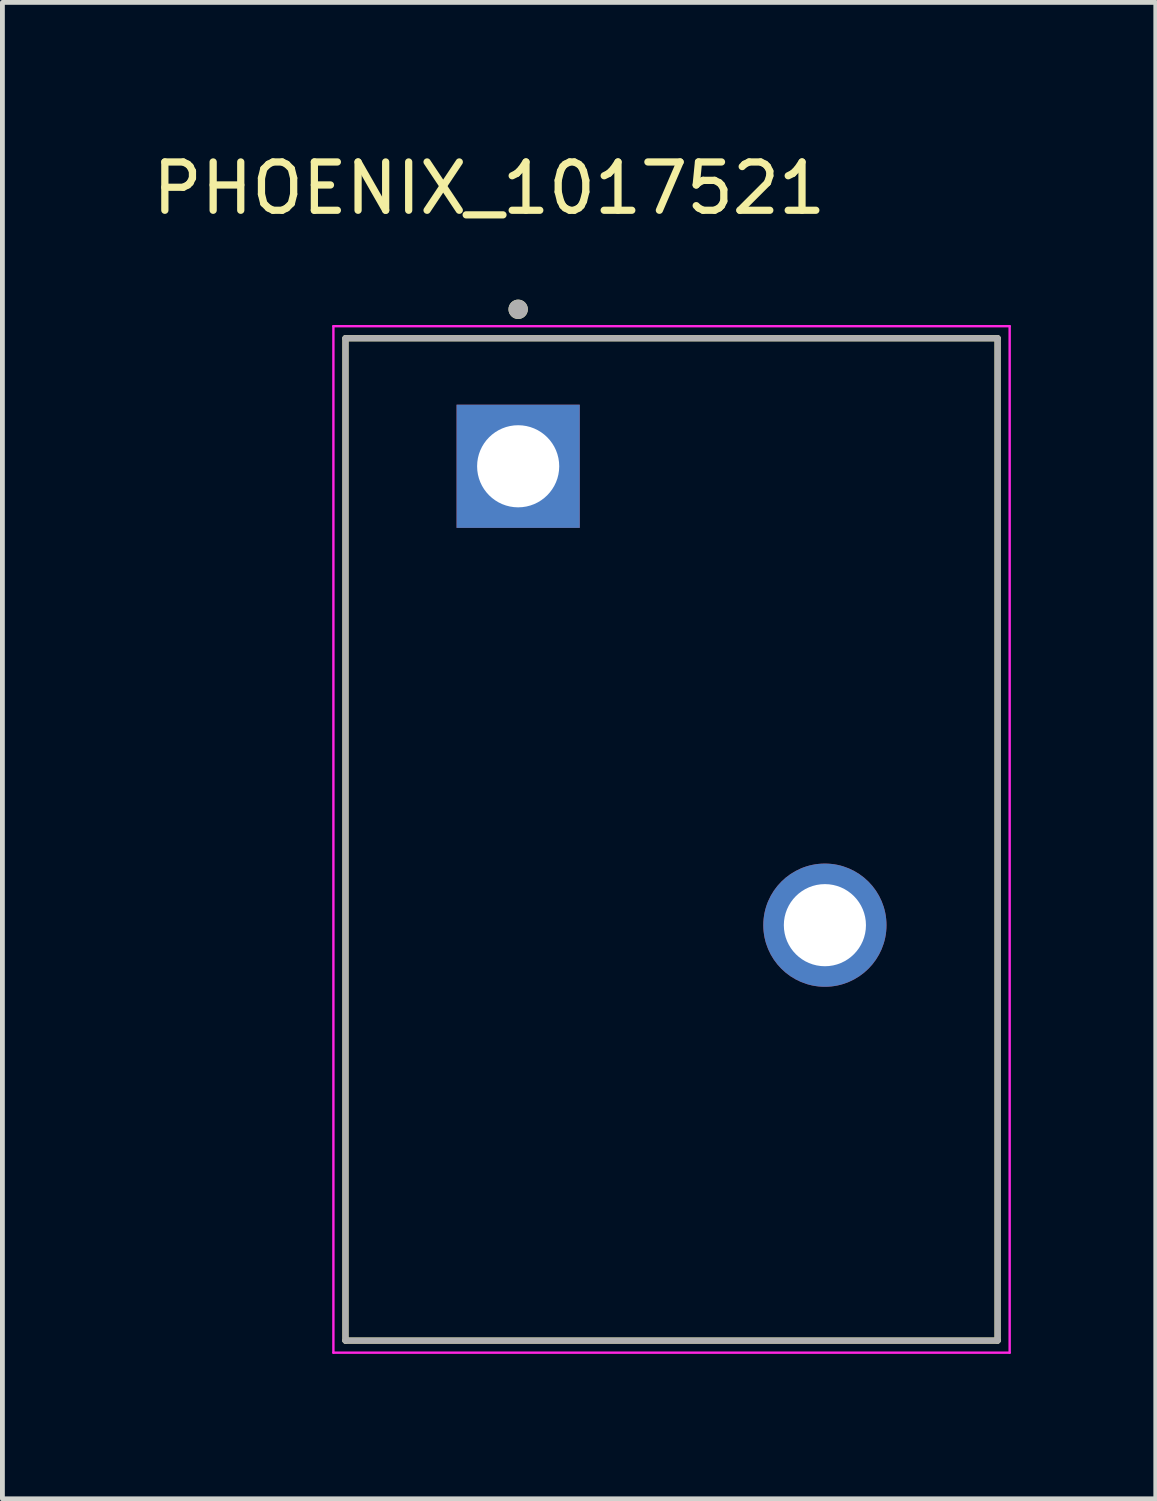
<source format=kicad_pcb>
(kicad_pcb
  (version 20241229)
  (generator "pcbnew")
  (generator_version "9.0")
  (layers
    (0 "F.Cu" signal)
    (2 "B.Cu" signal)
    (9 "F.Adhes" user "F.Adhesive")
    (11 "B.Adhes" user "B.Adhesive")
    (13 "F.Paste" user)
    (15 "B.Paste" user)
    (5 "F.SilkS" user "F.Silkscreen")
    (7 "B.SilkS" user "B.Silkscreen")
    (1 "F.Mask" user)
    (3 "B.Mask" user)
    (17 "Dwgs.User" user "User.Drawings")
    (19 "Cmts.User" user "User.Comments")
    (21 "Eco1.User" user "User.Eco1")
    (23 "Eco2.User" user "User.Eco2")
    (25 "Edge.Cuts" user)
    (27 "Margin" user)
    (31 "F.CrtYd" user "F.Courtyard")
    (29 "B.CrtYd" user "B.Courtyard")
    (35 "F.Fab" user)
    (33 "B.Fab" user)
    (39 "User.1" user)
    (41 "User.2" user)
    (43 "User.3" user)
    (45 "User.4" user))
  (footprint "PHOENIX_1017521"
    (layer "F.Cu")
    (at 4.102 24.703)
    (property "Reference" "PHOENIX_1017521" (at 2.975 -23.855 0) (layer "F.SilkS") (effects (font (size 1 1) (thickness 0.15))))
    (attr through_hole)
    (fp_line (start 0 -20.75) (end 13.5 -20.75) (stroke (width 0.127) (type solid)) (layer "F.SilkS"))
    (fp_line (start 0 0) (end 0 -20.75) (stroke (width 0.127) (type solid)) (layer "F.SilkS"))
    (fp_line (start 13.5 -20.75) (end 13.5 0) (stroke (width 0.127) (type solid)) (layer "F.SilkS"))
    (fp_line (start 13.5 0) (end 0 0) (stroke (width 0.127) (type solid)) (layer "F.SilkS"))
    (fp_circle (center 3.575 -21.35) (end 3.675 -21.35) (stroke (width 0.2) (type solid)) (fill no) (layer "F.SilkS"))
    (fp_line (start -0.25 -21) (end -0.25 0.25) (stroke (width 0.05) (type solid)) (layer "F.CrtYd"))
    (fp_line (start -0.25 0.25) (end 13.75 0.25) (stroke (width 0.05) (type solid)) (layer "F.CrtYd"))
    (fp_line (start 13.75 -21) (end -0.25 -21) (stroke (width 0.05) (type solid)) (layer "F.CrtYd"))
    (fp_line (start 13.75 0.25) (end 13.75 -21) (stroke (width 0.05) (type solid)) (layer "F.CrtYd"))
    (fp_line (start 0 -20.75) (end 13.5 -20.75) (stroke (width 0.127) (type solid)) (layer "F.Fab"))
    (fp_line (start 0 0) (end 0 -20.75) (stroke (width 0.127) (type solid)) (layer "F.Fab"))
    (fp_line (start 13.5 -20.75) (end 13.5 0) (stroke (width 0.127) (type solid)) (layer "F.Fab"))
    (fp_line (start 13.5 0) (end 0 0) (stroke (width 0.127) (type solid)) (layer "F.Fab"))
    (fp_circle (center 3.575 -21.35) (end 3.675 -21.35) (stroke (width 0.2) (type solid)) (fill no) (layer "F.Fab"))
    (pad "1" thru_hole rect (at 3.575 -18.1) (size 2.55 2.55) (drill 1.7) (layers "*.Cu" "*.Mask"))
    (pad "2" thru_hole circle (at 9.925 -8.6) (size 2.55 2.55) (drill 1.7) (layers "*.Cu" "*.Mask")))
  (gr_rect
    (start -3 -3)
    (end 20.877 27.978)
    (stroke (width 0.1) (type default))
    (fill no)
    (layer "Edge.Cuts")))
</source>
